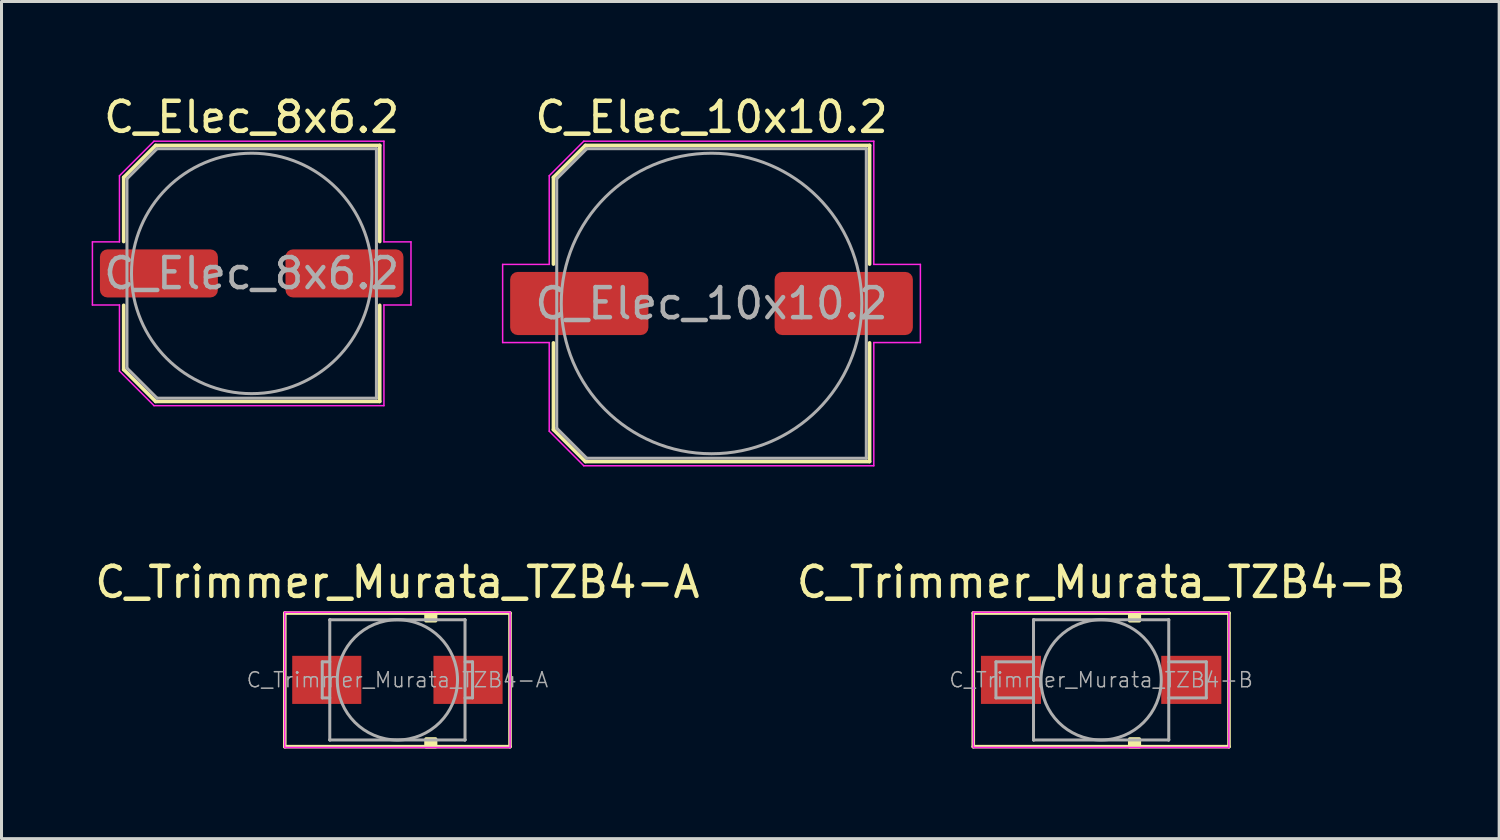
<source format=kicad_pcb>
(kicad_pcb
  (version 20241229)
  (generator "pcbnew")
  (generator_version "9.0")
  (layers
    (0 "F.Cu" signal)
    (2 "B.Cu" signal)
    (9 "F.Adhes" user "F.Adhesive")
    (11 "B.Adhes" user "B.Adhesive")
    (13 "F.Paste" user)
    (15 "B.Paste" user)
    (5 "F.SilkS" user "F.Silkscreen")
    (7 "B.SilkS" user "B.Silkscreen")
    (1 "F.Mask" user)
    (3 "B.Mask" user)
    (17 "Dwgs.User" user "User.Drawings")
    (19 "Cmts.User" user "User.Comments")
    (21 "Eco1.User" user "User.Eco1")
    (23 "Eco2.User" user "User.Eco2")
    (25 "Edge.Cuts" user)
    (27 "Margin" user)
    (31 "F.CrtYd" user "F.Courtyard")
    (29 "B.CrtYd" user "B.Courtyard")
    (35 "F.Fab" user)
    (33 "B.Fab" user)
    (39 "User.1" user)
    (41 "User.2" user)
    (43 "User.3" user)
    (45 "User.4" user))
  (footprint "C_Elec_10x10.2"
    (layer "F.Cu")
    (at 20.625 7.048)
    (property "Reference" "C_Elec_10x10.2" (at 0 -6.2 0) (layer "F.SilkS") (effects (font (size 1 1) (thickness 0.15))))
    (attr smd)
    (fp_line (start -5.26 -4.196) (end -5.26 -1.31) (stroke (width 0.12) (type solid)) (layer "F.SilkS"))
    (fp_line (start -5.26 -4.196) (end -4.196 -5.26) (stroke (width 0.12) (type solid)) (layer "F.SilkS"))
    (fp_line (start -5.26 4.196) (end -5.26 1.31) (stroke (width 0.12) (type solid)) (layer "F.SilkS"))
    (fp_line (start -5.26 4.196) (end -4.196 5.26) (stroke (width 0.12) (type solid)) (layer "F.SilkS"))
    (fp_line (start -4.196 -5.26) (end 5.26 -5.26) (stroke (width 0.12) (type solid)) (layer "F.SilkS"))
    (fp_line (start -4.196 5.26) (end 5.26 5.26) (stroke (width 0.12) (type solid)) (layer "F.SilkS"))
    (fp_line (start 5.26 -5.26) (end 5.26 -1.31) (stroke (width 0.12) (type solid)) (layer "F.SilkS"))
    (fp_line (start 5.26 5.26) (end 5.26 1.31) (stroke (width 0.12) (type solid)) (layer "F.SilkS"))
    (fp_line (start -6.95 -1.3) (end -6.95 1.3) (stroke (width 0.05) (type solid)) (layer "F.CrtYd"))
    (fp_line (start -6.95 1.3) (end -5.4 1.3) (stroke (width 0.05) (type solid)) (layer "F.CrtYd"))
    (fp_line (start -5.4 -4.25) (end -5.4 -1.3) (stroke (width 0.05) (type solid)) (layer "F.CrtYd"))
    (fp_line (start -5.4 -4.25) (end -4.25 -5.4) (stroke (width 0.05) (type solid)) (layer "F.CrtYd"))
    (fp_line (start -5.4 -1.3) (end -6.95 -1.3) (stroke (width 0.05) (type solid)) (layer "F.CrtYd"))
    (fp_line (start -5.4 1.3) (end -5.4 4.25) (stroke (width 0.05) (type solid)) (layer "F.CrtYd"))
    (fp_line (start -5.4 4.25) (end -4.25 5.4) (stroke (width 0.05) (type solid)) (layer "F.CrtYd"))
    (fp_line (start -4.25 -5.4) (end 5.4 -5.4) (stroke (width 0.05) (type solid)) (layer "F.CrtYd"))
    (fp_line (start -4.25 5.4) (end 5.4 5.4) (stroke (width 0.05) (type solid)) (layer "F.CrtYd"))
    (fp_line (start 5.4 -5.4) (end 5.4 -1.3) (stroke (width 0.05) (type solid)) (layer "F.CrtYd"))
    (fp_line (start 5.4 -1.3) (end 6.95 -1.3) (stroke (width 0.05) (type solid)) (layer "F.CrtYd"))
    (fp_line (start 5.4 1.3) (end 5.4 5.4) (stroke (width 0.05) (type solid)) (layer "F.CrtYd"))
    (fp_line (start 6.95 -1.3) (end 6.95 1.3) (stroke (width 0.05) (type solid)) (layer "F.CrtYd"))
    (fp_line (start 6.95 1.3) (end 5.4 1.3) (stroke (width 0.05) (type solid)) (layer "F.CrtYd"))
    (fp_line (start -5.15 -4.15) (end -5.15 4.15) (stroke (width 0.1) (type solid)) (layer "F.Fab"))
    (fp_line (start -5.15 -4.15) (end -4.15 -5.15) (stroke (width 0.1) (type solid)) (layer "F.Fab"))
    (fp_line (start -5.15 4.15) (end -4.15 5.15) (stroke (width 0.1) (type solid)) (layer "F.Fab"))
    (fp_line (start -4.15 -5.15) (end 5.15 -5.15) (stroke (width 0.1) (type solid)) (layer "F.Fab"))
    (fp_line (start -4.15 5.15) (end 5.15 5.15) (stroke (width 0.1) (type solid)) (layer "F.Fab"))
    (fp_line (start 5.15 -5.15) (end 5.15 5.15) (stroke (width 0.1) (type solid)) (layer "F.Fab"))
    (fp_circle (center 0 0) (end 5 0) (stroke (width 0.1) (type solid)) (fill no) (layer "F.Fab"))
    (fp_text user "${REFERENCE}" (at 0 0 0) (layer "F.Fab") (effects (font (size 1 1) (thickness 0.15))))
    (pad "1" smd roundrect (at -4.4 0) (size 4.6 2.1) (layers "F.Cu" "F.Mask" "F.Paste") (roundrect_rratio 0.119))
    (pad "2" smd roundrect (at 4.4 0) (size 4.6 2.1) (layers "F.Cu" "F.Mask" "F.Paste") (roundrect_rratio 0.119)))
  (footprint "C_Trimmer_Murata_TZB4-A"
    (layer "F.Cu")
    (at 10.173 19.572)
    (property "Reference" "C_Trimmer_Murata_TZB4-A" (at 0 -3.25 0) (layer "F.SilkS") (effects (font (size 1 1) (thickness 0.15))))
    (attr smd)
    (fp_line (start -3.747 -2.223) (end -3.747 2.223) (stroke (width 0.12) (type solid)) (layer "F.SilkS"))
    (fp_line (start -3.747 2.223) (end 3.747 2.223) (stroke (width 0.12) (type solid)) (layer "F.SilkS"))
    (fp_line (start 3.747 -2.223) (end -3.747 -2.223) (stroke (width 0.12) (type solid)) (layer "F.SilkS"))
    (fp_line (start 3.747 2.223) (end 3.747 -2.223) (stroke (width 0.12) (type solid)) (layer "F.SilkS"))
    (fp_rect (start 0.953 -2.223) (end 1.27 -1.968) (stroke (width 0.12) (type solid)) (fill yes) (layer "F.SilkS"))
    (fp_rect (start 0.953 1.968) (end 1.27 2.223) (stroke (width 0.12) (type solid)) (fill yes) (layer "F.SilkS"))
    (fp_line (start -3.75 -2.25) (end -3.75 2.25) (stroke (width 0.05) (type solid)) (layer "F.CrtYd"))
    (fp_line (start -3.75 2.25) (end 3.75 2.25) (stroke (width 0.05) (type solid)) (layer "F.CrtYd"))
    (fp_line (start 3.75 -2.25) (end -3.75 -2.25) (stroke (width 0.05) (type solid)) (layer "F.CrtYd"))
    (fp_line (start 3.75 2.25) (end 3.75 -2.25) (stroke (width 0.05) (type solid)) (layer "F.CrtYd"))
    (fp_line (start -2.5 -0.6) (end -2.5 0.6) (stroke (width 0.1) (type solid)) (layer "F.Fab"))
    (fp_line (start -2.5 0.6) (end -2.25 0.6) (stroke (width 0.1) (type solid)) (layer "F.Fab"))
    (fp_line (start -2.25 -2) (end -2.24 -2) (stroke (width 0.1) (type solid)) (layer "F.Fab"))
    (fp_line (start -2.25 -1.99) (end -2.25 -2) (stroke (width 0.1) (type solid)) (layer "F.Fab"))
    (fp_line (start -2.25 -0.6) (end -2.5 -0.6) (stroke (width 0.1) (type solid)) (layer "F.Fab"))
    (fp_line (start -2.25 1.99) (end -2.25 -1.99) (stroke (width 0.1) (type solid)) (layer "F.Fab"))
    (fp_line (start -2.25 2) (end -2.25 1.99) (stroke (width 0.1) (type solid)) (layer "F.Fab"))
    (fp_line (start -2.24 -2) (end 2.24 -2) (stroke (width 0.1) (type solid)) (layer "F.Fab"))
    (fp_line (start -2.24 2) (end -2.25 2) (stroke (width 0.1) (type solid)) (layer "F.Fab"))
    (fp_line (start 2.24 -2) (end 2.25 -2) (stroke (width 0.1) (type solid)) (layer "F.Fab"))
    (fp_line (start 2.24 2) (end -2.24 2) (stroke (width 0.1) (type solid)) (layer "F.Fab"))
    (fp_line (start 2.25 -2) (end 2.25 -1.99) (stroke (width 0.1) (type solid)) (layer "F.Fab"))
    (fp_line (start 2.25 -1.99) (end 2.25 1.99) (stroke (width 0.1) (type solid)) (layer "F.Fab"))
    (fp_line (start 2.25 -0.6) (end 2.5 -0.6) (stroke (width 0.1) (type solid)) (layer "F.Fab"))
    (fp_line (start 2.25 1.99) (end 2.25 2) (stroke (width 0.1) (type solid)) (layer "F.Fab"))
    (fp_line (start 2.25 2) (end 2.24 2) (stroke (width 0.1) (type solid)) (layer "F.Fab"))
    (fp_line (start 2.5 -0.6) (end 2.5 0.6) (stroke (width 0.1) (type solid)) (layer "F.Fab"))
    (fp_line (start 2.5 0.6) (end 2.25 0.6) (stroke (width 0.1) (type solid)) (layer "F.Fab"))
    (fp_circle (center 0 0) (end 2 0) (stroke (width 0.1) (type solid)) (fill no) (layer "F.Fab"))
    (fp_text user "${REFERENCE}" (at 0 0 0) (layer "F.Fab") (effects (font (size 0.5 0.5) (thickness 0.05))))
    (pad "1" smd rect (at -2.35 0) (size 2.3 1.6) (layers "F.Cu" "F.Mask" "F.Paste"))
    (pad "2" smd rect (at 2.35 0) (size 2.3 1.6) (layers "F.Cu" "F.Mask" "F.Paste")))
  (footprint "C_Elec_8x6.2"
    (layer "F.Cu")
    (at 5.325 6.048)
    (property "Reference" "C_Elec_8x6.2" (at 0 -5.2 0) (layer "F.SilkS") (effects (font (size 1 1) (thickness 0.15))))
    (attr smd)
    (fp_line (start -4.26 -3.196) (end -4.26 -1.06) (stroke (width 0.12) (type solid)) (layer "F.SilkS"))
    (fp_line (start -4.26 -3.196) (end -3.196 -4.26) (stroke (width 0.12) (type solid)) (layer "F.SilkS"))
    (fp_line (start -4.26 3.196) (end -4.26 1.06) (stroke (width 0.12) (type solid)) (layer "F.SilkS"))
    (fp_line (start -4.26 3.196) (end -3.196 4.26) (stroke (width 0.12) (type solid)) (layer "F.SilkS"))
    (fp_line (start -3.196 -4.26) (end 4.26 -4.26) (stroke (width 0.12) (type solid)) (layer "F.SilkS"))
    (fp_line (start -3.196 4.26) (end 4.26 4.26) (stroke (width 0.12) (type solid)) (layer "F.SilkS"))
    (fp_line (start 4.26 -4.26) (end 4.26 -1.06) (stroke (width 0.12) (type solid)) (layer "F.SilkS"))
    (fp_line (start 4.26 4.26) (end 4.26 1.06) (stroke (width 0.12) (type solid)) (layer "F.SilkS"))
    (fp_line (start -5.3 -1.05) (end -5.3 1.05) (stroke (width 0.05) (type solid)) (layer "F.CrtYd"))
    (fp_line (start -5.3 1.05) (end -4.4 1.05) (stroke (width 0.05) (type solid)) (layer "F.CrtYd"))
    (fp_line (start -4.4 -3.25) (end -4.4 -1.05) (stroke (width 0.05) (type solid)) (layer "F.CrtYd"))
    (fp_line (start -4.4 -3.25) (end -3.25 -4.4) (stroke (width 0.05) (type solid)) (layer "F.CrtYd"))
    (fp_line (start -4.4 -1.05) (end -5.3 -1.05) (stroke (width 0.05) (type solid)) (layer "F.CrtYd"))
    (fp_line (start -4.4 1.05) (end -4.4 3.25) (stroke (width 0.05) (type solid)) (layer "F.CrtYd"))
    (fp_line (start -4.4 3.25) (end -3.25 4.4) (stroke (width 0.05) (type solid)) (layer "F.CrtYd"))
    (fp_line (start -3.25 -4.4) (end 4.4 -4.4) (stroke (width 0.05) (type solid)) (layer "F.CrtYd"))
    (fp_line (start -3.25 4.4) (end 4.4 4.4) (stroke (width 0.05) (type solid)) (layer "F.CrtYd"))
    (fp_line (start 4.4 -4.4) (end 4.4 -1.05) (stroke (width 0.05) (type solid)) (layer "F.CrtYd"))
    (fp_line (start 4.4 -1.05) (end 5.3 -1.05) (stroke (width 0.05) (type solid)) (layer "F.CrtYd"))
    (fp_line (start 4.4 1.05) (end 4.4 4.4) (stroke (width 0.05) (type solid)) (layer "F.CrtYd"))
    (fp_line (start 5.3 -1.05) (end 5.3 1.05) (stroke (width 0.05) (type solid)) (layer "F.CrtYd"))
    (fp_line (start 5.3 1.05) (end 4.4 1.05) (stroke (width 0.05) (type solid)) (layer "F.CrtYd"))
    (fp_line (start -4.15 -3.15) (end -4.15 3.15) (stroke (width 0.1) (type solid)) (layer "F.Fab"))
    (fp_line (start -4.15 -3.15) (end -3.15 -4.15) (stroke (width 0.1) (type solid)) (layer "F.Fab"))
    (fp_line (start -4.15 3.15) (end -3.15 4.15) (stroke (width 0.1) (type solid)) (layer "F.Fab"))
    (fp_line (start -3.15 -4.15) (end 4.15 -4.15) (stroke (width 0.1) (type solid)) (layer "F.Fab"))
    (fp_line (start -3.15 4.15) (end 4.15 4.15) (stroke (width 0.1) (type solid)) (layer "F.Fab"))
    (fp_line (start 4.15 -4.15) (end 4.15 4.15) (stroke (width 0.1) (type solid)) (layer "F.Fab"))
    (fp_circle (center 0 0) (end 4 0) (stroke (width 0.1) (type solid)) (fill no) (layer "F.Fab"))
    (fp_text user "${REFERENCE}" (at 0 0 0) (layer "F.Fab") (effects (font (size 1 1) (thickness 0.15))))
    (pad "1" smd roundrect (at -3.087 0) (size 3.925 1.6) (layers "F.Cu" "F.Mask" "F.Paste") (roundrect_rratio 0.156))
    (pad "2" smd roundrect (at 3.087 0) (size 3.925 1.6) (layers "F.Cu" "F.Mask" "F.Paste") (roundrect_rratio 0.156)))
  (footprint "C_Trimmer_Murata_TZB4-B"
    (layer "F.Cu")
    (at 33.589 19.572)
    (property "Reference" "C_Trimmer_Murata_TZB4-B" (at 0 -3.25 0) (layer "F.SilkS") (effects (font (size 1 1) (thickness 0.15))))
    (attr smd)
    (fp_line (start -4.255 -2.223) (end -4.255 2.223) (stroke (width 0.12) (type solid)) (layer "F.SilkS"))
    (fp_line (start -4.255 2.223) (end 4.255 2.223) (stroke (width 0.12) (type solid)) (layer "F.SilkS"))
    (fp_line (start 4.255 -2.223) (end -4.255 -2.223) (stroke (width 0.12) (type solid)) (layer "F.SilkS"))
    (fp_line (start 4.255 2.223) (end 4.255 -2.223) (stroke (width 0.12) (type solid)) (layer "F.SilkS"))
    (fp_rect (start 0.953 -2.223) (end 1.27 -1.968) (stroke (width 0.12) (type solid)) (fill yes) (layer "F.SilkS"))
    (fp_rect (start 0.953 1.968) (end 1.27 2.223) (stroke (width 0.12) (type solid)) (fill yes) (layer "F.SilkS"))
    (fp_line (start -4.25 -2.25) (end -4.25 2.25) (stroke (width 0.05) (type solid)) (layer "F.CrtYd"))
    (fp_line (start -4.25 2.25) (end 4.25 2.25) (stroke (width 0.05) (type solid)) (layer "F.CrtYd"))
    (fp_line (start 4.25 -2.25) (end -4.25 -2.25) (stroke (width 0.05) (type solid)) (layer "F.CrtYd"))
    (fp_line (start 4.25 2.25) (end 4.25 -2.25) (stroke (width 0.05) (type solid)) (layer "F.CrtYd"))
    (fp_line (start -3.5 -0.6) (end -3.5 0.6) (stroke (width 0.1) (type solid)) (layer "F.Fab"))
    (fp_line (start -3.5 0.6) (end -2.25 0.6) (stroke (width 0.1) (type solid)) (layer "F.Fab"))
    (fp_line (start -2.25 -2) (end -2.24 -2) (stroke (width 0.1) (type solid)) (layer "F.Fab"))
    (fp_line (start -2.25 -1.99) (end -2.25 -2) (stroke (width 0.1) (type solid)) (layer "F.Fab"))
    (fp_line (start -2.25 -0.6) (end -3.5 -0.6) (stroke (width 0.1) (type solid)) (layer "F.Fab"))
    (fp_line (start -2.25 1.99) (end -2.25 -1.99) (stroke (width 0.1) (type solid)) (layer "F.Fab"))
    (fp_line (start -2.25 2) (end -2.25 1.99) (stroke (width 0.1) (type solid)) (layer "F.Fab"))
    (fp_line (start -2.24 -2) (end 2.24 -2) (stroke (width 0.1) (type solid)) (layer "F.Fab"))
    (fp_line (start -2.24 2) (end -2.25 2) (stroke (width 0.1) (type solid)) (layer "F.Fab"))
    (fp_line (start 2.24 -2) (end 2.25 -2) (stroke (width 0.1) (type solid)) (layer "F.Fab"))
    (fp_line (start 2.24 2) (end -2.24 2) (stroke (width 0.1) (type solid)) (layer "F.Fab"))
    (fp_line (start 2.25 -2) (end 2.25 -1.99) (stroke (width 0.1) (type solid)) (layer "F.Fab"))
    (fp_line (start 2.25 -1.99) (end 2.25 1.99) (stroke (width 0.1) (type solid)) (layer "F.Fab"))
    (fp_line (start 2.25 -0.6) (end 3.5 -0.6) (stroke (width 0.1) (type solid)) (layer "F.Fab"))
    (fp_line (start 2.25 1.99) (end 2.25 2) (stroke (width 0.1) (type solid)) (layer "F.Fab"))
    (fp_line (start 2.25 2) (end 2.24 2) (stroke (width 0.1) (type solid)) (layer "F.Fab"))
    (fp_line (start 3.5 -0.6) (end 3.5 0.6) (stroke (width 0.1) (type solid)) (layer "F.Fab"))
    (fp_line (start 3.5 0.6) (end 2.25 0.6) (stroke (width 0.1) (type solid)) (layer "F.Fab"))
    (fp_circle (center 0 0) (end 2 0) (stroke (width 0.1) (type solid)) (fill no) (layer "F.Fab"))
    (fp_text user "${REFERENCE}" (at 0 0 0) (layer "F.Fab") (effects (font (size 0.5 0.5) (thickness 0.05))))
    (pad "1" smd rect (at -3 0) (size 2 1.6) (layers "F.Cu" "F.Mask" "F.Paste"))
    (pad "2" smd rect (at 3 0) (size 2 1.6) (layers "F.Cu" "F.Mask" "F.Paste")))
  (gr_rect
    (start -3 -3)
    (end 46.833 24.854)
    (stroke (width 0.1) (type default))
    (fill no)
    (layer "Edge.Cuts")))
</source>
